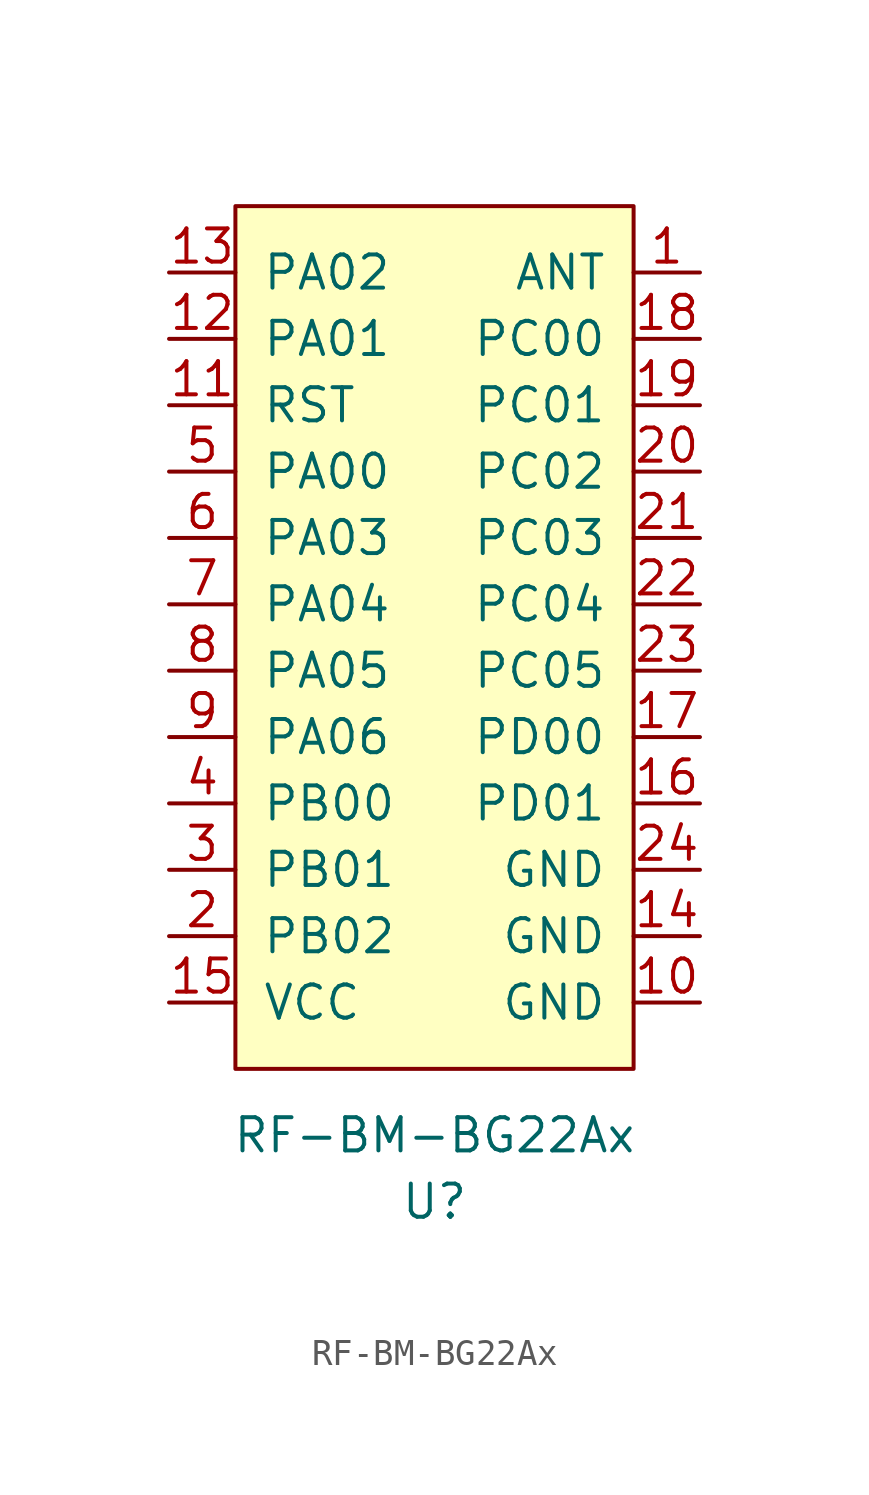
<source format=kicad_sym>
(kicad_symbol_lib
  (version 20211014)
  (generator kicad_symbol_editor)
  (symbol "RF-BM-BG22Ax"
    (pin_names
      (offset 1.016))
    (property "Reference" "U"
      (at 0 -3.81 0)
      (effects (font (size 1.27 1.27))))
    (property "Value" "RF-BM-BG22Ax"
      (at 0 -1.27 0)
      (effects (font (size 1.27 1.27))))
    (symbol "RF-BM-BG22Ax_0_1"
      (rectangle (start -7.62 34.29) (end 7.62 1.27) (stroke (width 0) (type default) (color 0 0 0 0)) (fill (type background))))
    (symbol "RF-BM-BG22Ax_1_1"
      (pin passive line (at 10.16 31.75 180) (length 2.54) (name "ANT" (effects (font (size 1.27 1.27)))) (number "1" (effects (font (size 1.27 1.27)))))
      (pin power_in line (at 10.16 3.81 180) (length 2.54) (name "GND" (effects (font (size 1.27 1.27)))) (number "10" (effects (font (size 1.27 1.27)))))
      (pin bidirectional line (at -10.16 26.67 0) (length 2.54) (name "RST" (effects (font (size 1.27 1.27)))) (number "11" (effects (font (size 1.27 1.27)))))
      (pin bidirectional line (at -10.16 29.21 0) (length 2.54) (name "PA01" (effects (font (size 1.27 1.27)))) (number "12" (effects (font (size 1.27 1.27)))))
      (pin bidirectional line (at -10.16 31.75 0) (length 2.54) (name "PA02" (effects (font (size 1.27 1.27)))) (number "13" (effects (font (size 1.27 1.27)))))
      (pin power_in line (at 10.16 6.35 180) (length 2.54) (name "GND" (effects (font (size 1.27 1.27)))) (number "14" (effects (font (size 1.27 1.27)))))
      (pin power_in line (at -10.16 3.81 0) (length 2.54) (name "VCC" (effects (font (size 1.27 1.27)))) (number "15" (effects (font (size 1.27 1.27)))))
      (pin bidirectional line (at 10.16 11.43 180) (length 2.54) (name "PD01" (effects (font (size 1.27 1.27)))) (number "16" (effects (font (size 1.27 1.27)))))
      (pin bidirectional line (at 10.16 13.97 180) (length 2.54) (name "PD00" (effects (font (size 1.27 1.27)))) (number "17" (effects (font (size 1.27 1.27)))))
      (pin bidirectional line (at 10.16 29.21 180) (length 2.54) (name "PC00" (effects (font (size 1.27 1.27)))) (number "18" (effects (font (size 1.27 1.27)))))
      (pin bidirectional line (at 10.16 26.67 180) (length 2.54) (name "PC01" (effects (font (size 1.27 1.27)))) (number "19" (effects (font (size 1.27 1.27)))))
      (pin bidirectional line (at -10.16 6.35 0) (length 2.54) (name "PB02" (effects (font (size 1.27 1.27)))) (number "2" (effects (font (size 1.27 1.27)))))
      (pin bidirectional line (at 10.16 24.13 180) (length 2.54) (name "PC02" (effects (font (size 1.27 1.27)))) (number "20" (effects (font (size 1.27 1.27)))))
      (pin bidirectional line (at 10.16 21.59 180) (length 2.54) (name "PC03" (effects (font (size 1.27 1.27)))) (number "21" (effects (font (size 1.27 1.27)))))
      (pin bidirectional line (at 10.16 19.05 180) (length 2.54) (name "PC04" (effects (font (size 1.27 1.27)))) (number "22" (effects (font (size 1.27 1.27)))))
      (pin bidirectional line (at 10.16 16.51 180) (length 2.54) (name "PC05" (effects (font (size 1.27 1.27)))) (number "23" (effects (font (size 1.27 1.27)))))
      (pin power_in line (at 10.16 8.89 180) (length 2.54) (name "GND" (effects (font (size 1.27 1.27)))) (number "24" (effects (font (size 1.27 1.27)))))
      (pin bidirectional line (at -10.16 8.89 0) (length 2.54) (name "PB01" (effects (font (size 1.27 1.27)))) (number "3" (effects (font (size 1.27 1.27)))))
      (pin bidirectional line (at -10.16 11.43 0) (length 2.54) (name "PB00" (effects (font (size 1.27 1.27)))) (number "4" (effects (font (size 1.27 1.27)))))
      (pin bidirectional line (at -10.16 24.13 0) (length 2.54) (name "PA00" (effects (font (size 1.27 1.27)))) (number "5" (effects (font (size 1.27 1.27)))))
      (pin bidirectional line (at -10.16 21.59 0) (length 2.54) (name "PA03" (effects (font (size 1.27 1.27)))) (number "6" (effects (font (size 1.27 1.27)))))
      (pin bidirectional line (at -10.16 19.05 0) (length 2.54) (name "PA04" (effects (font (size 1.27 1.27)))) (number "7" (effects (font (size 1.27 1.27)))))
      (pin bidirectional line (at -10.16 16.51 0) (length 2.54) (name "PA05" (effects (font (size 1.27 1.27)))) (number "8" (effects (font (size 1.27 1.27)))))
      (pin bidirectional line (at -10.16 13.97 0) (length 2.54) (name "PA06" (effects (font (size 1.27 1.27)))) (number "9" (effects (font (size 1.27 1.27))))))))
</source>
